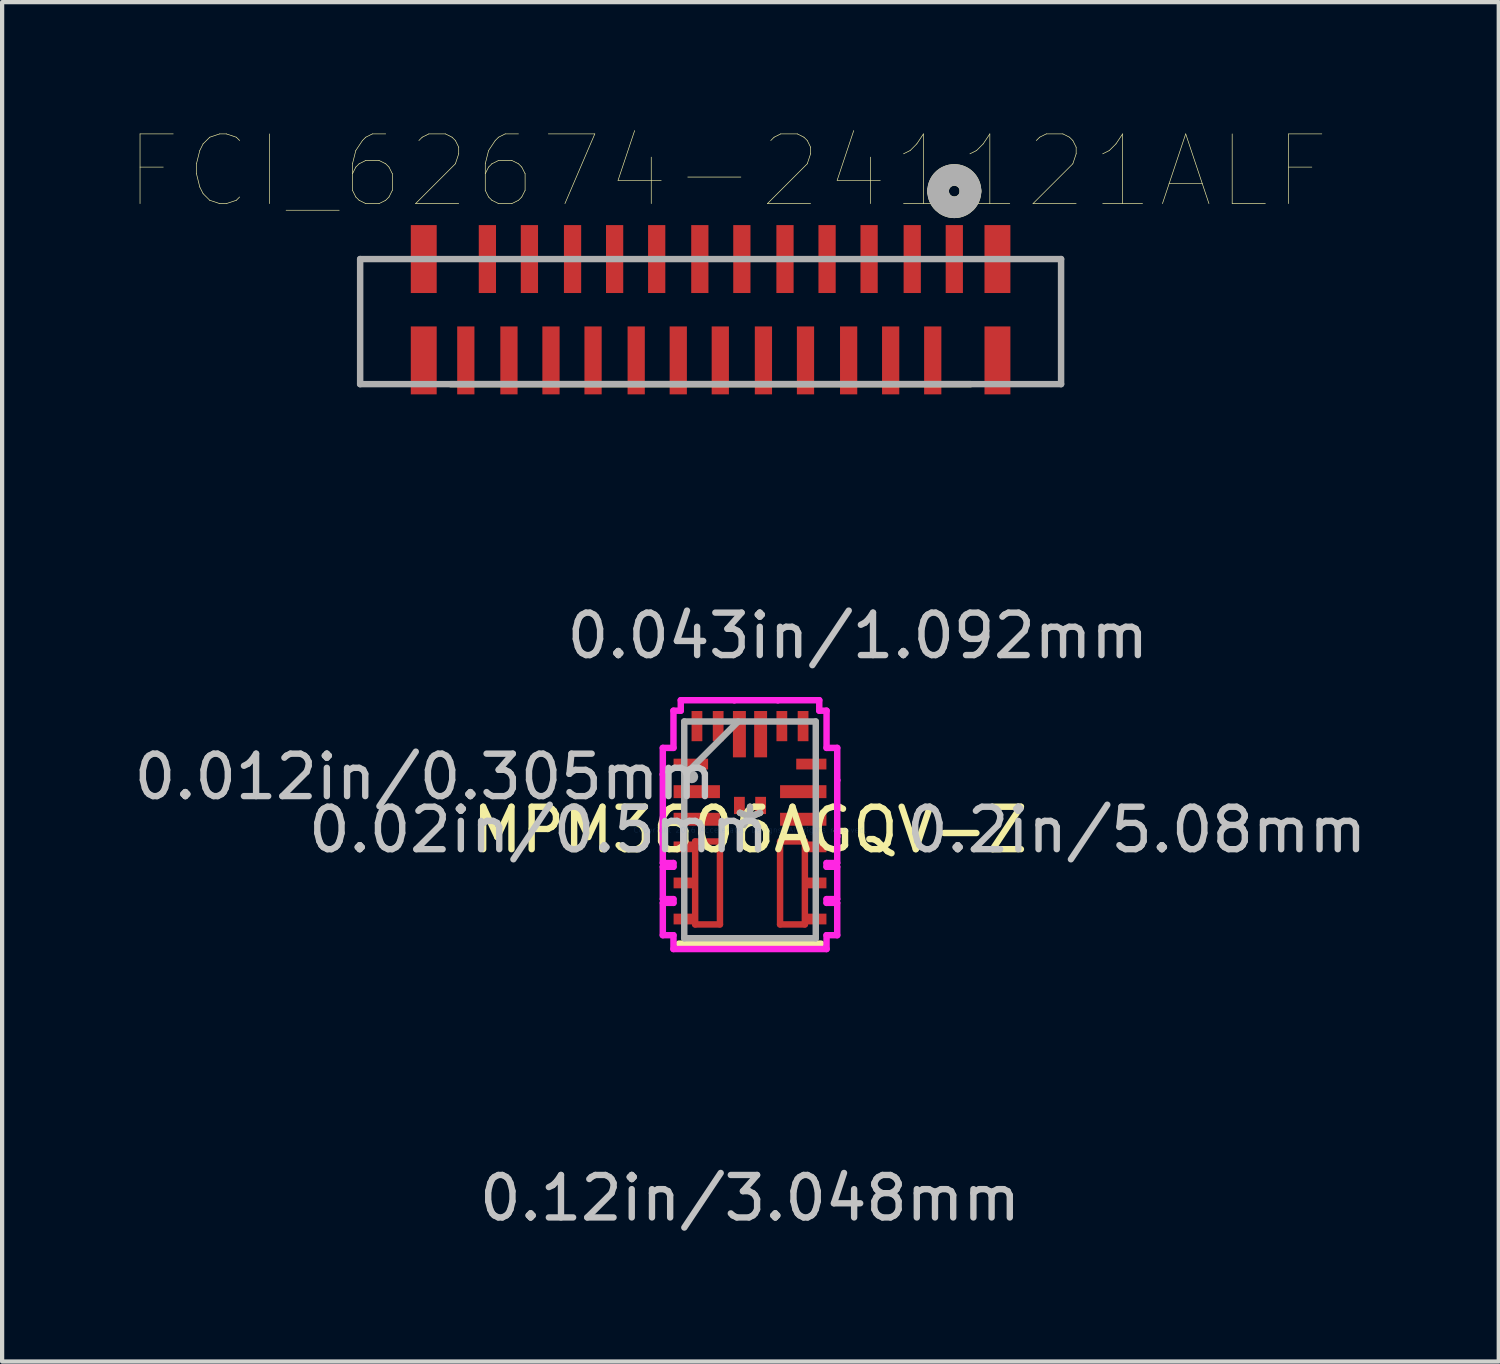
<source format=kicad_pcb>
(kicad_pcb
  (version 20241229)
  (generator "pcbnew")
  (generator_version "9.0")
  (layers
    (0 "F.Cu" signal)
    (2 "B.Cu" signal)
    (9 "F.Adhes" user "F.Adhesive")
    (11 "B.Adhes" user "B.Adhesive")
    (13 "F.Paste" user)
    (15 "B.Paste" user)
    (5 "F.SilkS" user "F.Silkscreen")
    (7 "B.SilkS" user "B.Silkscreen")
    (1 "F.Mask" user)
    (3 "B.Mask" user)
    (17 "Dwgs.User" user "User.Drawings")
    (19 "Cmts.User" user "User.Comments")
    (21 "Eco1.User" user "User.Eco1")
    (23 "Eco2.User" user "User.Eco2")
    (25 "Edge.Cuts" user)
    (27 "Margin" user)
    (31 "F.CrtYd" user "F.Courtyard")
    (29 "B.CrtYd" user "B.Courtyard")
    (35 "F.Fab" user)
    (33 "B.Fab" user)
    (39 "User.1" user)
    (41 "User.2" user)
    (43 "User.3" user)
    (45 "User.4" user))
  (footprint "MPM3606AGQV-Z"
    (layer "F.Cu")
    (at 14.616 16.497)
    (property "Reference" "MPM3606AGQV-Z" (at 0 0 0) (layer "F.SilkS") (effects (font (size 1 1) (thickness 0.15))))
    (attr through_hole)
    (fp_line (start -1.292 0.273) (end -0.708 0.273) (stroke (width 0.152) (type solid)) (layer "F.Cu"))
    (fp_line (start -1.292 2.227) (end -1.292 0.273) (stroke (width 0.152) (type solid)) (layer "F.Cu"))
    (fp_line (start -0.708 0.273) (end -0.708 2.227) (stroke (width 0.152) (type solid)) (layer "F.Cu"))
    (fp_line (start -0.708 2.227) (end -1.292 2.227) (stroke (width 0.152) (type solid)) (layer "F.Cu"))
    (fp_line (start 0.708 0.273) (end 1.292 0.273) (stroke (width 0.152) (type solid)) (layer "F.Cu"))
    (fp_line (start 0.708 2.227) (end 0.708 0.273) (stroke (width 0.152) (type solid)) (layer "F.Cu"))
    (fp_line (start 1.292 0.273) (end 1.292 2.227) (stroke (width 0.152) (type solid)) (layer "F.Cu"))
    (fp_line (start 1.292 2.227) (end 0.708 2.227) (stroke (width 0.152) (type solid)) (layer "F.Cu"))
    (fp_line (start -1.292 0.273) (end -0.708 0.273) (stroke (width 0.152) (type solid)) (layer "F.Mask"))
    (fp_line (start -1.292 2.227) (end -1.292 0.273) (stroke (width 0.152) (type solid)) (layer "F.Mask"))
    (fp_line (start -0.708 0.273) (end -0.708 2.227) (stroke (width 0.152) (type solid)) (layer "F.Mask"))
    (fp_line (start -0.708 2.227) (end -1.292 2.227) (stroke (width 0.152) (type solid)) (layer "F.Mask"))
    (fp_line (start 0.708 0.273) (end 1.292 0.273) (stroke (width 0.152) (type solid)) (layer "F.Mask"))
    (fp_line (start 0.708 2.227) (end 0.708 0.273) (stroke (width 0.152) (type solid)) (layer "F.Mask"))
    (fp_line (start 1.292 0.273) (end 1.292 2.227) (stroke (width 0.152) (type solid)) (layer "F.Mask"))
    (fp_line (start 1.292 2.227) (end 0.708 2.227) (stroke (width 0.152) (type solid)) (layer "F.Mask"))
    (fp_line (start 1.676 2.68) (end -1.676 2.68) (stroke (width 0.152) (type solid)) (layer "F.SilkS"))
    (fp_line (start -1.292 0.273) (end -0.708 0.273) (stroke (width 0.152) (type solid)) (layer "F.Paste"))
    (fp_line (start -1.292 2.227) (end -1.292 0.273) (stroke (width 0.152) (type solid)) (layer "F.Paste"))
    (fp_line (start -0.708 0.273) (end -0.708 2.227) (stroke (width 0.152) (type solid)) (layer "F.Paste"))
    (fp_line (start -0.708 2.227) (end -1.292 2.227) (stroke (width 0.152) (type solid)) (layer "F.Paste"))
    (fp_line (start 0.708 0.273) (end 1.292 0.273) (stroke (width 0.152) (type solid)) (layer "F.Paste"))
    (fp_line (start 0.708 2.227) (end 0.708 0.273) (stroke (width 0.152) (type solid)) (layer "F.Paste"))
    (fp_line (start 1.292 0.273) (end 1.292 2.227) (stroke (width 0.152) (type solid)) (layer "F.Paste"))
    (fp_line (start 1.292 2.227) (end 0.708 2.227) (stroke (width 0.152) (type solid)) (layer "F.Paste"))
    (fp_line (start -2.054 -1.931) (end -2.054 -1.306) (stroke (width 0.152) (type solid)) (layer "F.CrtYd"))
    (fp_line (start -2.054 -1.306) (end -2.054 -1.306) (stroke (width 0.152) (type solid)) (layer "F.CrtYd"))
    (fp_line (start -2.054 -1.306) (end -2.054 0.019) (stroke (width 0.152) (type solid)) (layer "F.CrtYd"))
    (fp_line (start -2.054 0.019) (end -2.054 0.019) (stroke (width 0.152) (type solid)) (layer "F.CrtYd"))
    (fp_line (start -2.054 0.019) (end -2.054 0.781) (stroke (width 0.152) (type solid)) (layer "F.CrtYd"))
    (fp_line (start -2.054 0.781) (end -1.803 0.781) (stroke (width 0.152) (type solid)) (layer "F.CrtYd"))
    (fp_line (start -2.054 0.869) (end -2.054 1.631) (stroke (width 0.152) (type solid)) (layer "F.CrtYd"))
    (fp_line (start -2.054 1.631) (end -1.803 1.631) (stroke (width 0.152) (type solid)) (layer "F.CrtYd"))
    (fp_line (start -2.054 1.719) (end -2.054 2.481) (stroke (width 0.152) (type solid)) (layer "F.CrtYd"))
    (fp_line (start -2.054 2.481) (end -1.803 2.481) (stroke (width 0.152) (type solid)) (layer "F.CrtYd"))
    (fp_line (start -1.803 -2.807) (end -1.803 -1.931) (stroke (width 0.152) (type solid)) (layer "F.CrtYd"))
    (fp_line (start -1.803 -1.931) (end -2.054 -1.931) (stroke (width 0.152) (type solid)) (layer "F.CrtYd"))
    (fp_line (start -1.803 0.781) (end -1.803 0.869) (stroke (width 0.152) (type solid)) (layer "F.CrtYd"))
    (fp_line (start -1.803 0.869) (end -2.054 0.869) (stroke (width 0.152) (type solid)) (layer "F.CrtYd"))
    (fp_line (start -1.803 1.631) (end -1.803 1.719) (stroke (width 0.152) (type solid)) (layer "F.CrtYd"))
    (fp_line (start -1.803 1.719) (end -2.054 1.719) (stroke (width 0.152) (type solid)) (layer "F.CrtYd"))
    (fp_line (start -1.803 2.481) (end -1.803 2.807) (stroke (width 0.152) (type solid)) (layer "F.CrtYd"))
    (fp_line (start -1.803 2.807) (end 1.803 2.807) (stroke (width 0.152) (type solid)) (layer "F.CrtYd"))
    (fp_line (start -1.631 -3.054) (end -1.631 -2.807) (stroke (width 0.152) (type solid)) (layer "F.CrtYd"))
    (fp_line (start -1.631 -2.807) (end -1.803 -2.807) (stroke (width 0.152) (type solid)) (layer "F.CrtYd"))
    (fp_line (start -0.369 -3.054) (end -0.369 -3.054) (stroke (width 0.152) (type solid)) (layer "F.CrtYd"))
    (fp_line (start -0.369 -3.054) (end -1.631 -3.054) (stroke (width 0.152) (type solid)) (layer "F.CrtYd"))
    (fp_line (start 0.656 -3.054) (end -0.369 -3.054) (stroke (width 0.152) (type solid)) (layer "F.CrtYd"))
    (fp_line (start 0.656 -3.054) (end 0.656 -3.054) (stroke (width 0.152) (type solid)) (layer "F.CrtYd"))
    (fp_line (start 1.631 -3.054) (end 0.656 -3.054) (stroke (width 0.152) (type solid)) (layer "F.CrtYd"))
    (fp_line (start 1.631 -2.807) (end 1.631 -3.054) (stroke (width 0.152) (type solid)) (layer "F.CrtYd"))
    (fp_line (start 1.803 -2.807) (end 1.631 -2.807) (stroke (width 0.152) (type solid)) (layer "F.CrtYd"))
    (fp_line (start 1.803 -1.931) (end 1.803 -2.807) (stroke (width 0.152) (type solid)) (layer "F.CrtYd"))
    (fp_line (start 1.803 0.781) (end 2.054 0.781) (stroke (width 0.152) (type solid)) (layer "F.CrtYd"))
    (fp_line (start 1.803 0.869) (end 1.803 0.781) (stroke (width 0.152) (type solid)) (layer "F.CrtYd"))
    (fp_line (start 1.803 1.631) (end 2.054 1.631) (stroke (width 0.152) (type solid)) (layer "F.CrtYd"))
    (fp_line (start 1.803 1.719) (end 1.803 1.631) (stroke (width 0.152) (type solid)) (layer "F.CrtYd"))
    (fp_line (start 1.803 2.481) (end 2.054 2.481) (stroke (width 0.152) (type solid)) (layer "F.CrtYd"))
    (fp_line (start 1.803 2.807) (end 1.803 2.481) (stroke (width 0.152) (type solid)) (layer "F.CrtYd"))
    (fp_line (start 2.054 -1.931) (end 1.803 -1.931) (stroke (width 0.152) (type solid)) (layer "F.CrtYd"))
    (fp_line (start 2.054 -1.169) (end 2.054 -1.931) (stroke (width 0.152) (type solid)) (layer "F.CrtYd"))
    (fp_line (start 2.054 0.156) (end 2.054 0.156) (stroke (width 0.152) (type solid)) (layer "F.CrtYd"))
    (fp_line (start 2.054 0.781) (end 2.054 0.156) (stroke (width 0.152) (type solid)) (layer "F.CrtYd"))
    (fp_line (start 2.054 0.869) (end 1.803 0.869) (stroke (width 0.152) (type solid)) (layer "F.CrtYd"))
    (fp_line (start 2.054 1.631) (end 2.054 0.869) (stroke (width 0.152) (type solid)) (layer "F.CrtYd"))
    (fp_line (start 2.054 1.719) (end 1.803 1.719) (stroke (width 0.152) (type solid)) (layer "F.CrtYd"))
    (fp_line (start 2.054 2.481) (end 2.054 1.719) (stroke (width 0.152) (type solid)) (layer "F.CrtYd"))
    (fp_line (start 2.054 -1.169) (end 2.054 -1.169) (stroke (width 0.152) (type solid)) (layer "F.CrtYd"))
    (fp_line (start 2.054 0.156) (end 2.054 -1.169) (stroke (width 0.152) (type solid)) (layer "F.CrtYd"))
    (fp_line (start -1.549 -2.553) (end -1.549 2.553) (stroke (width 0.152) (type solid)) (layer "F.Fab"))
    (fp_line (start -1.549 -1.283) (end -0.279 -2.553) (stroke (width 0.152) (type solid)) (layer "F.Fab"))
    (fp_line (start -1.549 2.553) (end 1.549 2.553) (stroke (width 0.152) (type solid)) (layer "F.Fab"))
    (fp_line (start 1.549 -2.553) (end -1.549 -2.553) (stroke (width 0.152) (type solid)) (layer "F.Fab"))
    (fp_line (start 1.549 2.553) (end 1.549 -2.553) (stroke (width 0.152) (type solid)) (layer "F.Fab"))
    (fp_circle (center -1.372 -1.25) (end -1.372 -1.25) (stroke (width 0.152) (type solid)) (fill no) (layer "F.Fab"))
    (fp_text user "*" (at 0 0 0) (layer "F.SilkS") (effects (font (size 1 1) (thickness 0.15))))
    (fp_text user "0.2in/5.08mm" (at 9.106 0 0) (layer "Dwgs.User") (effects (font (size 1 1) (thickness 0.15))))
    (fp_text user "0.012in/0.305mm" (at -7.658 -1.25 0) (layer "Dwgs.User") (effects (font (size 1 1) (thickness 0.15))))
    (fp_text user "0.12in/3.048mm" (at 0 8.674 0) (layer "Dwgs.User") (effects (font (size 1 1) (thickness 0.15))))
    (fp_text user "0.02in/0.5mm" (at -4.978 0 0) (layer "Dwgs.User") (effects (font (size 1 1) (thickness 0.15))))
    (fp_text user "0.043in/1.092mm" (at 2.54 -4.572 0) (layer "Dwgs.User") (effects (font (size 1 1) (thickness 0.15))))
    (fp_text user "Copyright 2016 Accelerated Designs. All rights reserved." (at 0 0 0) (layer "Cmts.User") (effects (font (size 0.127 0.127) (thickness 0.002))))
    (fp_text user "*" (at 0 0 0) (layer "F.Fab") (effects (font (size 1 1) (thickness 0.15))))
    (pad "1" smd rect (at -1.394 -1.55) (size 0.813 0.254) (layers "F.Cu" "F.Mask" "F.Paste"))
    (pad "2" smd rect (at -1.254 -0.9) (size 1.092 0.305) (layers "F.Cu" "F.Mask" "F.Paste"))
    (pad "3" smd rect (at -1.254 -0.25) (size 1.092 0.305) (layers "F.Cu" "F.Mask" "F.Paste"))
    (pad "4" smd rect (at -1.546 0.4) (size 0.508 0.254) (layers "F.Cu" "F.Mask" "F.Paste"))
    (pad "5" smd rect (at -1.546 1.25) (size 0.508 0.254) (layers "F.Cu" "F.Mask" "F.Paste"))
    (pad "6" smd rect (at -1.546 2.1) (size 0.508 0.254) (layers "F.Cu" "F.Mask" "F.Paste"))
    (pad "7" smd rect (at 1.546 2.1) (size 0.508 0.254) (layers "F.Cu" "F.Mask" "F.Paste"))
    (pad "8" smd rect (at 1.546 1.25) (size 0.508 0.254) (layers "F.Cu" "F.Mask" "F.Paste"))
    (pad "9" smd rect (at 1.546 0.4) (size 0.508 0.254) (layers "F.Cu" "F.Mask" "F.Paste"))
    (pad "10" smd rect (at 1.254 -0.25) (size 1.092 0.305) (layers "F.Cu" "F.Mask" "F.Paste"))
    (pad "11" smd rect (at 1.254 -0.9) (size 1.092 0.305) (layers "F.Cu" "F.Mask" "F.Paste"))
    (pad "12" smd rect (at 1.444 -1.55) (size 0.711 0.254) (layers "F.Cu" "F.Mask" "F.Paste"))
    (pad "13" smd rect (at 1.25 -2.444 90) (size 0.711 0.254) (layers "F.Cu" "F.Mask" "F.Paste"))
    (pad "14" smd rect (at 0.75 -2.444 90) (size 0.711 0.254) (layers "F.Cu" "F.Mask" "F.Paste"))
    (pad "15" smd rect (at 0.25 -2.254 90) (size 1.092 0.305) (layers "F.Cu" "F.Mask" "F.Paste"))
    (pad "16" smd rect (at -0.25 -2.254 90) (size 1.092 0.305) (layers "F.Cu" "F.Mask" "F.Paste"))
    (pad "17" smd rect (at -0.75 -2.444 90) (size 0.711 0.254) (layers "F.Cu" "F.Mask" "F.Paste"))
    (pad "18" smd rect (at -1.25 -2.444 90) (size 0.711 0.254) (layers "F.Cu" "F.Mask" "F.Paste"))
    (pad "19" smd rect (at -0.25 -0.575) (size 0.254 0.406) (layers "F.Cu" "F.Mask" "F.Paste"))
    (pad "20" smd rect (at 0.25 -0.575) (size 0.254 0.406) (layers "F.Cu" "F.Mask" "F.Paste")))
  (footprint "FCI_62674-241121ALF"
    (layer "F.Cu")
    (at 19.428 7.827)
    (property "Reference" "FCI_62674-241121ALF" (at -5.34 -6.84 0) (layer "F.SilkS") (effects (font (size 1.642 1.642) (thickness 0.015))))
    (attr through_hole)
    (fp_line (start -11.862 -1.829) (end 0.381 -1.829) (stroke (width 0.152) (type solid)) (layer "F.SilkS"))
    (fp_arc (start -0.381 -6.3754) (mid 0 -6.7564) (end 0.381 -6.3754) (stroke (width 0.508) (type solid)) (layer "F.SilkS"))
    (fp_arc (start 0.381 -6.3754) (mid 0 -5.9944) (end -0.381 -6.3754) (stroke (width 0.508) (type solid)) (layer "F.SilkS"))
    (fp_line (start -13.995 -4.775) (end -13.995 -1.829) (stroke (width 0.152) (type solid)) (layer "F.Fab"))
    (fp_line (start -13.995 -1.829) (end 2.515 -1.829) (stroke (width 0.152) (type solid)) (layer "F.Fab"))
    (fp_line (start 2.515 -4.775) (end -13.995 -4.775) (stroke (width 0.152) (type solid)) (layer "F.Fab"))
    (fp_line (start 2.515 -1.829) (end 2.515 -4.775) (stroke (width 0.152) (type solid)) (layer "F.Fab"))
    (fp_arc (start -0.381 -6.3754) (mid 0 -6.7564) (end 0.381 -6.3754) (stroke (width 0.508) (type solid)) (layer "F.Fab"))
    (fp_arc (start 0.381 -6.3754) (mid 0 -5.9944) (end -0.381 -6.3754) (stroke (width 0.508) (type solid)) (layer "F.Fab"))
    (pad "1" smd rect (at 0 -4.775) (size 0.406 1.6) (layers "F.Cu" "F.Mask" "F.Paste"))
    (pad "2" smd rect (at -0.508 -2.388) (size 0.406 1.6) (layers "F.Cu" "F.Mask" "F.Paste"))
    (pad "3" smd rect (at -0.991 -4.775) (size 0.406 1.6) (layers "F.Cu" "F.Mask" "F.Paste"))
    (pad "4" smd rect (at -1.499 -2.388) (size 0.406 1.6) (layers "F.Cu" "F.Mask" "F.Paste"))
    (pad "5" smd rect (at -2.007 -4.775) (size 0.406 1.6) (layers "F.Cu" "F.Mask" "F.Paste"))
    (pad "6" smd rect (at -2.489 -2.388) (size 0.406 1.6) (layers "F.Cu" "F.Mask" "F.Paste"))
    (pad "7" smd rect (at -2.997 -4.775) (size 0.406 1.6) (layers "F.Cu" "F.Mask" "F.Paste"))
    (pad "8" smd rect (at -3.505 -2.388) (size 0.406 1.6) (layers "F.Cu" "F.Mask" "F.Paste"))
    (pad "9" smd rect (at -3.988 -4.775) (size 0.406 1.6) (layers "F.Cu" "F.Mask" "F.Paste"))
    (pad "10" smd rect (at -4.496 -2.388) (size 0.406 1.6) (layers "F.Cu" "F.Mask" "F.Paste"))
    (pad "11" smd rect (at -5.004 -4.775) (size 0.406 1.6) (layers "F.Cu" "F.Mask" "F.Paste"))
    (pad "12" smd rect (at -5.512 -2.388) (size 0.406 1.6) (layers "F.Cu" "F.Mask" "F.Paste"))
    (pad "13" smd rect (at -5.994 -4.775) (size 0.406 1.6) (layers "F.Cu" "F.Mask" "F.Paste"))
    (pad "14" smd rect (at -6.502 -2.388) (size 0.406 1.6) (layers "F.Cu" "F.Mask" "F.Paste"))
    (pad "15" smd rect (at -7.01 -4.775) (size 0.406 1.6) (layers "F.Cu" "F.Mask" "F.Paste"))
    (pad "16" smd rect (at -7.493 -2.388) (size 0.406 1.6) (layers "F.Cu" "F.Mask" "F.Paste"))
    (pad "17" smd rect (at -8.001 -4.775) (size 0.406 1.6) (layers "F.Cu" "F.Mask" "F.Paste"))
    (pad "18" smd rect (at -8.509 -2.388) (size 0.406 1.6) (layers "F.Cu" "F.Mask" "F.Paste"))
    (pad "19" smd rect (at -8.992 -4.775) (size 0.406 1.6) (layers "F.Cu" "F.Mask" "F.Paste"))
    (pad "20" smd rect (at -9.5 -2.388) (size 0.406 1.6) (layers "F.Cu" "F.Mask" "F.Paste"))
    (pad "21" smd rect (at -10.008 -4.775) (size 0.406 1.6) (layers "F.Cu" "F.Mask" "F.Paste"))
    (pad "22" smd rect (at -10.49 -2.388) (size 0.406 1.6) (layers "F.Cu" "F.Mask" "F.Paste"))
    (pad "23" smd rect (at -10.998 -4.775) (size 0.406 1.6) (layers "F.Cu" "F.Mask" "F.Paste"))
    (pad "24" smd rect (at -11.506 -2.388) (size 0.406 1.6) (layers "F.Cu" "F.Mask" "F.Paste"))
    (pad "25" smd rect (at -12.497 -2.388) (size 0.61 1.6) (layers "F.Cu" "F.Mask" "F.Paste"))
    (pad "26" smd rect (at 1.016 -2.388) (size 0.61 1.6) (layers "F.Cu" "F.Mask" "F.Paste"))
    (pad "27" smd rect (at -12.497 -4.775) (size 0.61 1.6) (layers "F.Cu" "F.Mask" "F.Paste"))
    (pad "28" smd rect (at 1.016 -4.775) (size 0.61 1.6) (layers "F.Cu" "F.Mask" "F.Paste")))
  (gr_rect
    (start -3 -3)
    (end 32.252 29.02)
    (stroke (width 0.1) (type default))
    (fill no)
    (layer "Edge.Cuts")))
</source>
